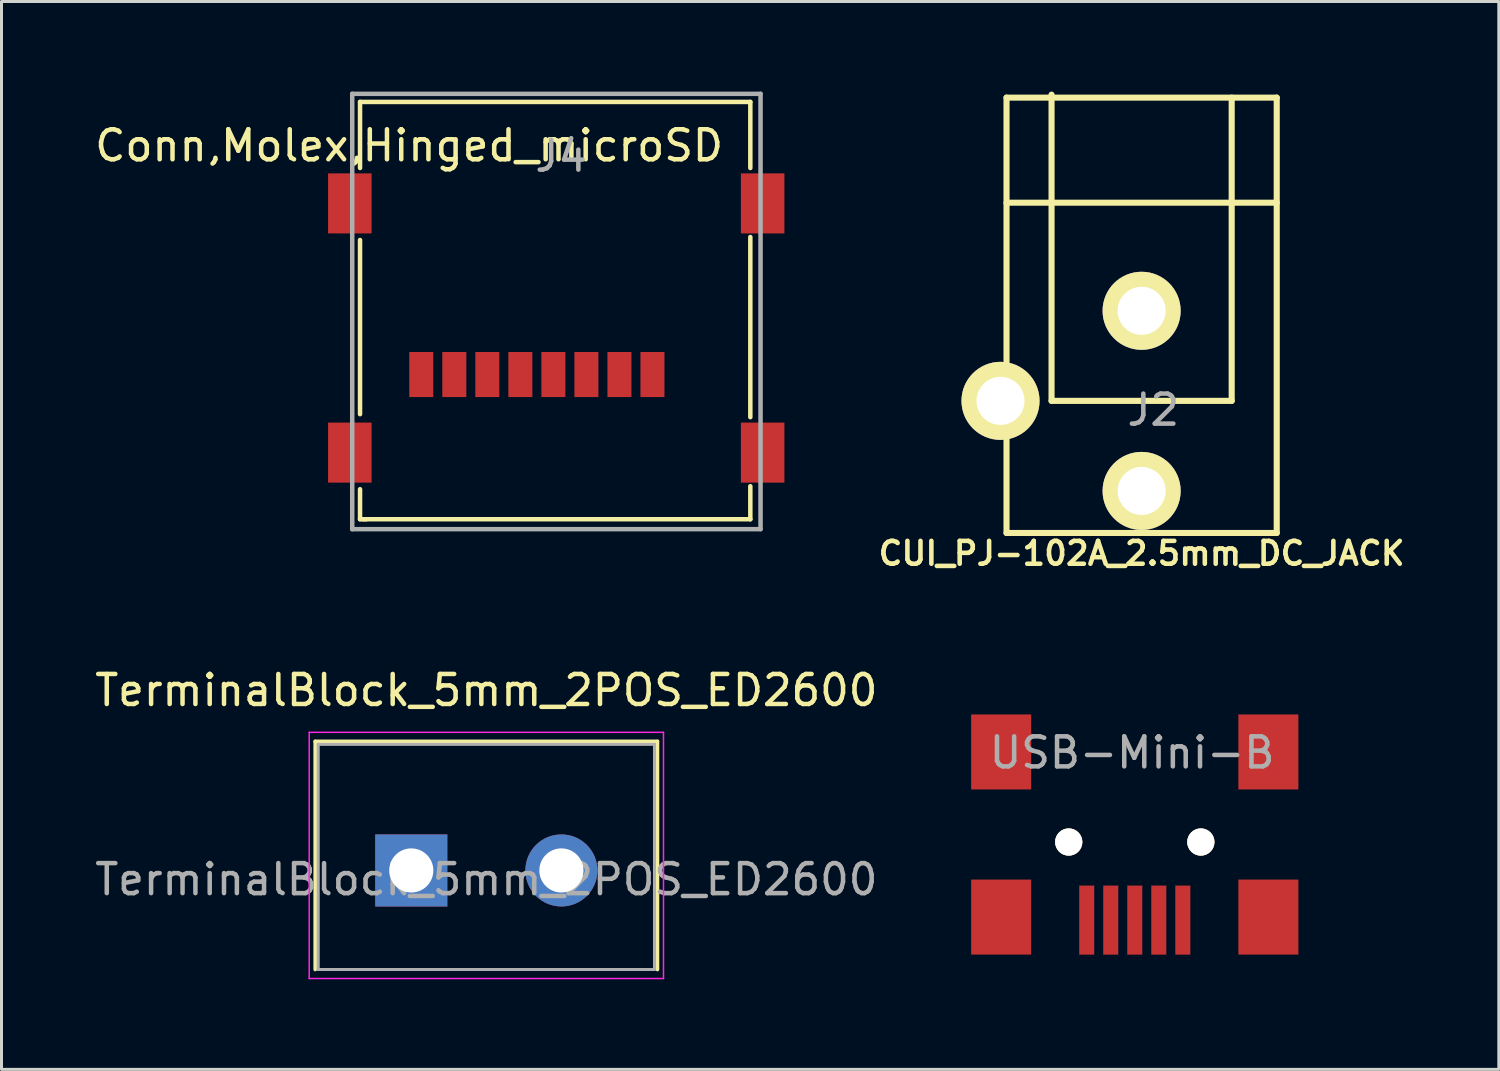
<source format=kicad_pcb>
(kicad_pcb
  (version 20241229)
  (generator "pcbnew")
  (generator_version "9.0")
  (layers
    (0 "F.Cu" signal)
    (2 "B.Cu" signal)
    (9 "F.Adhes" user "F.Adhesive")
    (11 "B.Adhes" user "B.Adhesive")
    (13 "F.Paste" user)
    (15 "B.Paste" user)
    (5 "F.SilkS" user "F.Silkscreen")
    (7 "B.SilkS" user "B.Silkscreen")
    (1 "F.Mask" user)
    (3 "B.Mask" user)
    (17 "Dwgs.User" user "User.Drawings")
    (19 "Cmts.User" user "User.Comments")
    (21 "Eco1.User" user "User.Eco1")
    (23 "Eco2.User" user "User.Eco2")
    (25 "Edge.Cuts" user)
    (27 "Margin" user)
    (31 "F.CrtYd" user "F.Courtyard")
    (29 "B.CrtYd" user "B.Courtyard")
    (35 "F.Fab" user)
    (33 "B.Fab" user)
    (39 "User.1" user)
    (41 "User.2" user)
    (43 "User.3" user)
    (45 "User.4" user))
  (footprint "CUI_PJ-102A_2.5mm_DC_JACK"
    (layer "F.Cu")
    (at 34.975 10.302)
    (property "Reference" "CUI_PJ-102A_2.5mm_DC_JACK" (at 0 5.08 0) (layer "F.SilkS") (effects (font (size 0.762 0.762) (thickness 0.152))))
    (attr through_hole)
    (fp_line (start -4.5 -10.1) (end -4.5 4.4) (stroke (width 0.203) (type solid)) (layer "F.SilkS"))
    (fp_line (start -4.5 -6.6) (end 4.5 -6.6) (stroke (width 0.203) (type solid)) (layer "F.SilkS"))
    (fp_line (start -4.5 4.4) (end 4.5 4.4) (stroke (width 0.203) (type solid)) (layer "F.SilkS"))
    (fp_line (start -3 0) (end -3 -10.2) (stroke (width 0.203) (type solid)) (layer "F.SilkS"))
    (fp_line (start 3 -10.1) (end 3 0) (stroke (width 0.203) (type solid)) (layer "F.SilkS"))
    (fp_line (start 3 0) (end -3 0) (stroke (width 0.203) (type solid)) (layer "F.SilkS"))
    (fp_line (start 4.5 -10.1) (end -4.5 -10.1) (stroke (width 0.203) (type solid)) (layer "F.SilkS"))
    (fp_line (start 4.5 4.4) (end 4.5 -10.1) (stroke (width 0.203) (type solid)) (layer "F.SilkS"))
    (fp_text user "J2" (at 0.39 0.302 0) (layer "F.Fab") (effects (font (size 1 1) (thickness 0.15))))
    (pad "1" thru_hole circle (at 0 3) (size 2.6 2.6) (drill 1.6) (layers "*.Cu" "*.Mask" "F.SilkS"))
    (pad "2" thru_hole circle (at 0 -3) (size 2.6 2.6) (drill 1.6) (layers "*.Cu" "*.Mask" "F.SilkS"))
    (pad "3" thru_hole circle (at -4.7 0) (size 2.6 2.6) (drill 1.6) (layers "*.Cu" "*.Mask" "F.SilkS")))
  (footprint "Conn,Molex,Hinged_microSD"
    (layer "F.Cu")
    (at 14.842 9.345)
    (property "Reference" "Conn,Molex,Hinged_microSD" (at -4.265 -7.545 0) (layer "F.SilkS") (effects (font (size 1 1) (thickness 0.15))))
    (attr through_hole)
    (fp_line (start -5.9 -9) (end 7.1 -9) (stroke (width 0.15) (type solid)) (layer "F.SilkS"))
    (fp_line (start -5.9 -6.8) (end -5.9 -9) (stroke (width 0.15) (type solid)) (layer "F.SilkS"))
    (fp_line (start -5.9 1.4) (end -5.9 -4.4) (stroke (width 0.15) (type solid)) (layer "F.SilkS"))
    (fp_line (start -5.9 4.9) (end -5.9 3.9) (stroke (width 0.15) (type solid)) (layer "F.SilkS"))
    (fp_line (start -5.9 4.9) (end -5.7 4.9) (stroke (width 0.15) (type solid)) (layer "F.SilkS"))
    (fp_line (start 7.1 -9) (end 7.1 -6.8) (stroke (width 0.15) (type solid)) (layer "F.SilkS"))
    (fp_line (start 7.1 -4.5) (end 7.1 1.5) (stroke (width 0.15) (type solid)) (layer "F.SilkS"))
    (fp_line (start 7.1 3.8) (end 7.1 4.9) (stroke (width 0.15) (type solid)) (layer "F.SilkS"))
    (fp_line (start 7.1 4.9) (end -5.8 4.9) (stroke (width 0.15) (type solid)) (layer "F.SilkS"))
    (fp_line (start -6.16 -9.27) (end 7.44 -9.27) (stroke (width 0.15) (type solid)) (layer "F.Fab"))
    (fp_line (start -6.16 5.23) (end -6.16 -9.27) (stroke (width 0.15) (type solid)) (layer "F.Fab"))
    (fp_line (start -6.16 5.23) (end 7.44 5.23) (stroke (width 0.15) (type solid)) (layer "F.Fab"))
    (fp_line (start 7.44 -9.27) (end 7.44 5.23) (stroke (width 0.15) (type solid)) (layer "F.Fab"))
    (fp_text user "J4" (at 0.8 -7.2 0) (layer "F.Fab") (effects (font (size 1 1) (thickness 0.15))))
    (pad "1" smd rect (at 3.84 0.08) (size 0.8 1.5) (layers "F.Cu" "F.Mask" "F.Paste"))
    (pad "2" smd rect (at 2.74 0.08) (size 0.8 1.5) (layers "F.Cu" "F.Mask" "F.Paste"))
    (pad "3" smd rect (at 1.64 0.08) (size 0.8 1.5) (layers "F.Cu" "F.Mask" "F.Paste"))
    (pad "4" smd rect (at 0.54 0.08) (size 0.8 1.5) (layers "F.Cu" "F.Mask" "F.Paste"))
    (pad "5" smd rect (at -0.56 0.08) (size 0.8 1.5) (layers "F.Cu" "F.Mask" "F.Paste"))
    (pad "6" smd rect (at -1.66 0.08) (size 0.8 1.5) (layers "F.Cu" "F.Mask" "F.Paste"))
    (pad "7" smd rect (at -2.76 0.08) (size 0.8 1.5) (layers "F.Cu" "F.Mask" "F.Paste"))
    (pad "8" smd rect (at -3.86 0.08) (size 0.8 1.5) (layers "F.Cu" "F.Mask" "F.Paste"))
    (pad "9" smd rect (at -6.24 -5.62) (size 1.45 2) (layers "F.Cu" "F.Mask" "F.Paste"))
    (pad "9" smd rect (at -6.24 2.68) (size 1.45 2) (layers "F.Cu" "F.Mask" "F.Paste"))
    (pad "9" smd rect (at 7.51 -5.62) (size 1.45 2) (layers "F.Cu" "F.Mask" "F.Paste"))
    (pad "9" smd rect (at 7.51 2.68) (size 1.45 2) (layers "F.Cu" "F.Mask" "F.Paste")))
  (footprint "TerminalBlock_5mm_2POS_ED2600"
    (layer "F.Cu")
    (at 10.649 25.943)
    (property "Reference" "TerminalBlock_5mm_2POS_ED2600" (at 2.5 -6 0) (layer "F.SilkS") (effects (font (size 1 1) (thickness 0.15))))
    (attr through_hole)
    (fp_line (start -3.2 -4.3) (end 8.2 -4.3) (stroke (width 0.12) (type solid)) (layer "F.SilkS"))
    (fp_line (start -3.2 3.3) (end -3.2 -4.3) (stroke (width 0.12) (type solid)) (layer "F.SilkS"))
    (fp_line (start 8.2 -4.3) (end 8.2 3.3) (stroke (width 0.12) (type solid)) (layer "F.SilkS"))
    (fp_line (start -3.4 -4.6) (end -3.4 3.6) (stroke (width 0.05) (type solid)) (layer "F.CrtYd"))
    (fp_line (start -3.4 3.6) (end 8.4 3.6) (stroke (width 0.05) (type solid)) (layer "F.CrtYd"))
    (fp_line (start 8.4 -4.6) (end -3.4 -4.6) (stroke (width 0.05) (type solid)) (layer "F.CrtYd"))
    (fp_line (start 8.4 3.6) (end 8.4 -4.6) (stroke (width 0.05) (type solid)) (layer "F.CrtYd"))
    (fp_line (start -3.1 -4.2) (end 8.1 -4.2) (stroke (width 0.1) (type solid)) (layer "F.Fab"))
    (fp_line (start -3.1 3.3) (end -3.1 -4.2) (stroke (width 0.1) (type solid)) (layer "F.Fab"))
    (fp_line (start -3.1 3.3) (end 8.1 3.3) (stroke (width 0.1) (type solid)) (layer "F.Fab"))
    (fp_line (start 8.1 -4.2) (end 8.1 3.3) (stroke (width 0.1) (type solid)) (layer "F.Fab"))
    (fp_text user "${REFERENCE}" (at 2.5 0.3 0) (layer "F.Fab") (effects (font (size 1 1) (thickness 0.15))))
    (pad "1" thru_hole rect (at 0 0) (size 2.4 2.4) (drill 1.47) (layers "*.Cu" "*.Mask"))
    (pad "2" thru_hole circle (at 5 0) (size 2.4 2.4) (drill 1.47) (layers "*.Cu" "*.Mask")))
  (footprint "USB-Mini-B"
    (layer "F.Cu")
    (at 34.747 19.746)
    (property "Reference" "USB-Mini-B" (at -0.089 2.275 0) (layer "F.Fab") (effects (font (size 1 1) (thickness 0.15))))
    (attr smd)
    (fp_line (start -3.851 -0.65) (end 3.851 -0.65) (stroke (width 0.001) (type solid)) (layer "F.Fab"))
    (fp_line (start -3.851 8.55) (end -3.851 -0.65) (stroke (width 0.001) (type solid)) (layer "F.Fab"))
    (fp_line (start 3.851 -0.65) (end 3.851 8.55) (stroke (width 0.001) (type solid)) (layer "F.Fab"))
    (fp_line (start 3.851 8.55) (end -3.851 8.55) (stroke (width 0.001) (type solid)) (layer "F.Fab"))
    (pad "" thru_hole circle (at -2.2 5.25) (size 0.909 0.909) (drill 0.899) (layers "*.Cu" "*.Mask" "F.SilkS"))
    (pad "" thru_hole circle (at 2.2 5.25) (size 0.909 0.909) (drill 0.899) (layers "*.Cu" "*.Mask" "F.SilkS"))
    (pad "1" smd rect (at 1.6 7.851) (size 0.5 2.301) (layers "F.Cu" "F.Mask" "F.Paste"))
    (pad "2" smd rect (at 0.8 7.851) (size 0.5 2.301) (layers "F.Cu" "F.Mask" "F.Paste"))
    (pad "3" smd rect (at 0 7.851) (size 0.5 2.301) (layers "F.Cu" "F.Mask" "F.Paste"))
    (pad "4" smd rect (at -0.8 7.851) (size 0.5 2.301) (layers "F.Cu" "F.Mask" "F.Paste"))
    (pad "5" smd rect (at -1.6 7.851) (size 0.5 2.301) (layers "F.Cu" "F.Mask" "F.Paste"))
    (pad "6" smd rect (at -4.45 2.25) (size 1.999 2.499) (layers "F.Cu" "F.Mask" "F.Paste"))
    (pad "6" smd rect (at -4.45 7.75) (size 1.999 2.499) (layers "F.Cu" "F.Mask" "F.Paste"))
    (pad "6" smd rect (at 4.45 2.25) (size 1.999 2.499) (layers "F.Cu" "F.Mask" "F.Paste"))
    (pad "6" smd rect (at 4.45 7.75) (size 1.999 2.499) (layers "F.Cu" "F.Mask" "F.Paste")))
  (gr_rect
    (start -3 -3)
    (end 46.872 32.568)
    (stroke (width 0.1) (type default))
    (fill no)
    (layer "Edge.Cuts")))
</source>
